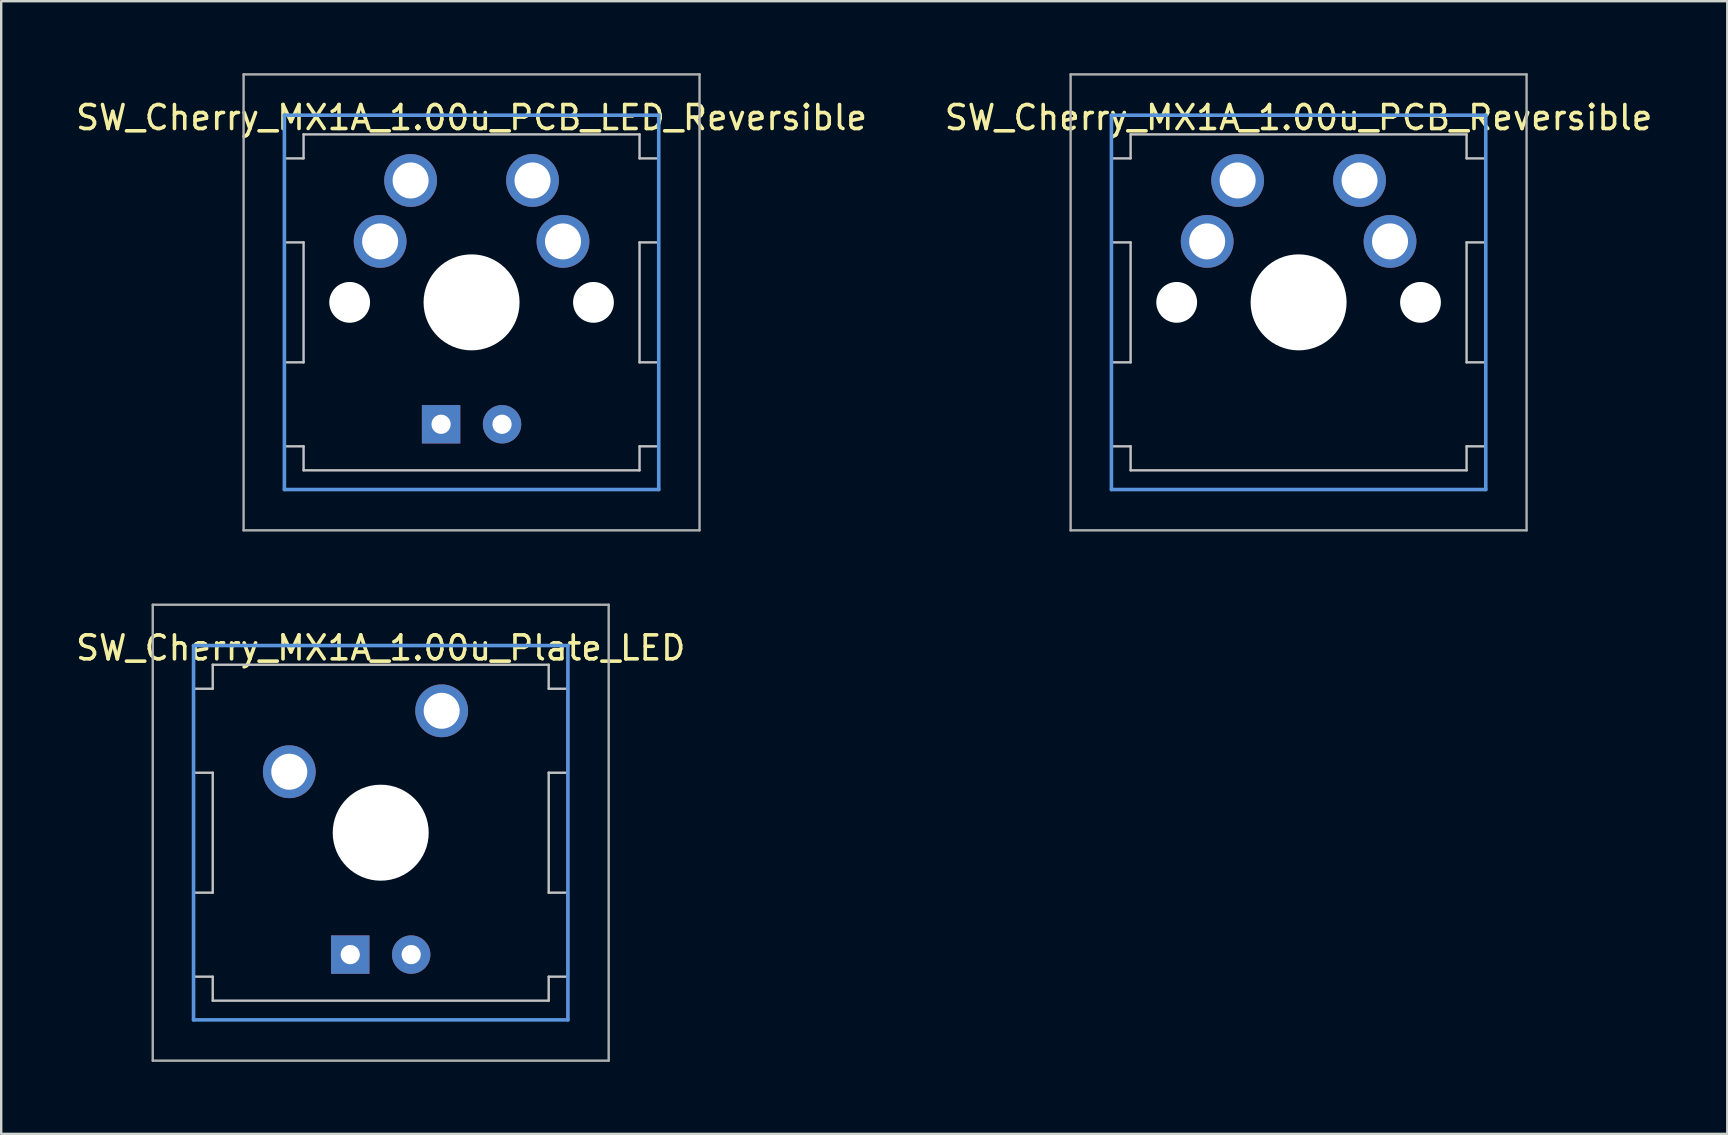
<source format=kicad_pcb>
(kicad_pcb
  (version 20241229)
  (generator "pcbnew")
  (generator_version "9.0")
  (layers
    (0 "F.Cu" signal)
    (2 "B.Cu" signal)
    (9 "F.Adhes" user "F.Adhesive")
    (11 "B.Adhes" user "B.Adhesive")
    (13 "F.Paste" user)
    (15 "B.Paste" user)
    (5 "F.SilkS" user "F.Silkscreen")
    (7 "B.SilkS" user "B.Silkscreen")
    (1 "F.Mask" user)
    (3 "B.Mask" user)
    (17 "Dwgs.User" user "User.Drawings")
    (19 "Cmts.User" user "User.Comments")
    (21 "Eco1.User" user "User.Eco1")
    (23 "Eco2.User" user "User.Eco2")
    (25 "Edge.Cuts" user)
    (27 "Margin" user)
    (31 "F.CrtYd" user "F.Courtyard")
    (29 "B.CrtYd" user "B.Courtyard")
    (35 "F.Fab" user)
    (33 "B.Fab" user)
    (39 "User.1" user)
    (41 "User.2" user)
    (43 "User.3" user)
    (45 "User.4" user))
  (footprint "SW_Cherry_MX1A_1.00u_PCB_LED_Reversible"
    (layer "F.Cu")
    (at 16.601 9.55)
    (property "Reference" "SW_Cherry_MX1A_1.00u_PCB_LED_Reversible" (at 0 -7.7 0) (layer "F.SilkS") (effects (font (size 1 1) (thickness 0.15))))
    (attr through_hole)
    (fp_line (start -7.8 -6) (end -7 -6) (stroke (width 0.1) (type solid)) (layer "Dwgs.User"))
    (fp_line (start -7.8 -2.5) (end -7.8 -6) (stroke (width 0.1) (type solid)) (layer "Dwgs.User"))
    (fp_line (start -7.8 -2.5) (end -7 -2.5) (stroke (width 0.1) (type solid)) (layer "Dwgs.User"))
    (fp_line (start -7.8 2.5) (end -7 2.5) (stroke (width 0.1) (type solid)) (layer "Dwgs.User"))
    (fp_line (start -7.8 6) (end -7.8 2.5) (stroke (width 0.1) (type solid)) (layer "Dwgs.User"))
    (fp_line (start -7.8 6) (end -7 6) (stroke (width 0.1) (type solid)) (layer "Dwgs.User"))
    (fp_line (start -7 -7) (end 7 -7) (stroke (width 0.1) (type solid)) (layer "Dwgs.User"))
    (fp_line (start -7 -6) (end -7 -7) (stroke (width 0.1) (type solid)) (layer "Dwgs.User"))
    (fp_line (start -7 -2.5) (end -7 2.5) (stroke (width 0.1) (type solid)) (layer "Dwgs.User"))
    (fp_line (start -7 7) (end -7 6) (stroke (width 0.1) (type solid)) (layer "Dwgs.User"))
    (fp_line (start -7 7) (end 7 7) (stroke (width 0.1) (type solid)) (layer "Dwgs.User"))
    (fp_line (start 7 -6) (end 7 -7) (stroke (width 0.1) (type solid)) (layer "Dwgs.User"))
    (fp_line (start 7 -6) (end 7.8 -6) (stroke (width 0.1) (type solid)) (layer "Dwgs.User"))
    (fp_line (start 7 -2.5) (end 7 2.5) (stroke (width 0.1) (type solid)) (layer "Dwgs.User"))
    (fp_line (start 7 -2.5) (end 7.8 -2.5) (stroke (width 0.1) (type solid)) (layer "Dwgs.User"))
    (fp_line (start 7 2.5) (end 7.8 2.5) (stroke (width 0.1) (type solid)) (layer "Dwgs.User"))
    (fp_line (start 7 6) (end 7.8 6) (stroke (width 0.1) (type solid)) (layer "Dwgs.User"))
    (fp_line (start 7 7) (end 7 6) (stroke (width 0.1) (type solid)) (layer "Dwgs.User"))
    (fp_line (start 7.8 -2.5) (end 7.8 -6) (stroke (width 0.1) (type solid)) (layer "Dwgs.User"))
    (fp_line (start 7.8 6) (end 7.8 2.5) (stroke (width 0.1) (type solid)) (layer "Dwgs.User"))
    (fp_line (start -7.8 -7.8) (end 7.8 -7.8) (stroke (width 0.15) (type solid)) (layer "Cmts.User"))
    (fp_line (start -7.8 7.8) (end -7.8 -7.8) (stroke (width 0.15) (type solid)) (layer "Cmts.User"))
    (fp_line (start 7.8 -7.8) (end 7.8 7.8) (stroke (width 0.15) (type solid)) (layer "Cmts.User"))
    (fp_line (start 7.8 7.8) (end -7.8 7.8) (stroke (width 0.15) (type solid)) (layer "Cmts.User"))
    (fp_line (start -9.5 -9.5) (end 9.5 -9.5) (stroke (width 0.1) (type solid)) (layer "F.Fab"))
    (fp_line (start -9.5 9.5) (end -9.5 -9.5) (stroke (width 0.1) (type solid)) (layer "F.Fab"))
    (fp_line (start 9.5 -9.5) (end 9.5 9.5) (stroke (width 0.1) (type solid)) (layer "F.Fab"))
    (fp_line (start 9.5 9.5) (end -9.5 9.5) (stroke (width 0.1) (type solid)) (layer "F.Fab"))
    (pad "" np_thru_hole circle (at -5.08 0) (size 1.7 1.7) (drill 1.7) (layers "*.Cu" "*.Mask"))
    (pad "" np_thru_hole circle (at 0 0) (size 4 4) (drill 4) (layers "*.Cu" "*.Mask"))
    (pad "" np_thru_hole circle (at 5.08 0) (size 1.7 1.7) (drill 1.7) (layers "*.Cu" "*.Mask"))
    (pad "1" thru_hole circle (at -3.81 -2.54) (size 2.2 2.2) (drill 1.5) (layers "*.Cu" "*.Mask"))
    (pad "1" thru_hole circle (at -2.54 -5.08) (size 2.2 2.2) (drill 1.5) (layers "*.Cu" "*.Mask"))
    (pad "2" thru_hole circle (at 2.54 -5.08) (size 2.2 2.2) (drill 1.5) (layers "*.Cu" "*.Mask"))
    (pad "2" thru_hole circle (at 3.81 -2.54) (size 2.2 2.2) (drill 1.5) (layers "*.Cu" "*.Mask"))
    (pad "3" thru_hole rect (at -1.27 5.08) (size 1.6 1.6) (drill 0.8) (layers "*.Cu" "*.Mask"))
    (pad "4" thru_hole circle (at 1.27 5.08) (size 1.6 1.6) (drill 0.8) (layers "*.Cu" "*.Mask")))
  (footprint "SW_Cherry_MX1A_1.00u_Plate_LED"
    (layer "F.Cu")
    (at 12.815 31.65)
    (property "Reference" "SW_Cherry_MX1A_1.00u_Plate_LED" (at 0 -7.7 0) (layer "F.SilkS") (effects (font (size 1 1) (thickness 0.15))))
    (attr through_hole)
    (fp_line (start -7.8 -6) (end -7 -6) (stroke (width 0.1) (type solid)) (layer "Dwgs.User"))
    (fp_line (start -7.8 -2.5) (end -7.8 -6) (stroke (width 0.1) (type solid)) (layer "Dwgs.User"))
    (fp_line (start -7.8 -2.5) (end -7 -2.5) (stroke (width 0.1) (type solid)) (layer "Dwgs.User"))
    (fp_line (start -7.8 2.5) (end -7 2.5) (stroke (width 0.1) (type solid)) (layer "Dwgs.User"))
    (fp_line (start -7.8 6) (end -7.8 2.5) (stroke (width 0.1) (type solid)) (layer "Dwgs.User"))
    (fp_line (start -7.8 6) (end -7 6) (stroke (width 0.1) (type solid)) (layer "Dwgs.User"))
    (fp_line (start -7 -7) (end 7 -7) (stroke (width 0.1) (type solid)) (layer "Dwgs.User"))
    (fp_line (start -7 -6) (end -7 -7) (stroke (width 0.1) (type solid)) (layer "Dwgs.User"))
    (fp_line (start -7 -2.5) (end -7 2.5) (stroke (width 0.1) (type solid)) (layer "Dwgs.User"))
    (fp_line (start -7 7) (end -7 6) (stroke (width 0.1) (type solid)) (layer "Dwgs.User"))
    (fp_line (start -7 7) (end 7 7) (stroke (width 0.1) (type solid)) (layer "Dwgs.User"))
    (fp_line (start 7 -6) (end 7 -7) (stroke (width 0.1) (type solid)) (layer "Dwgs.User"))
    (fp_line (start 7 -6) (end 7.8 -6) (stroke (width 0.1) (type solid)) (layer "Dwgs.User"))
    (fp_line (start 7 -2.5) (end 7 2.5) (stroke (width 0.1) (type solid)) (layer "Dwgs.User"))
    (fp_line (start 7 -2.5) (end 7.8 -2.5) (stroke (width 0.1) (type solid)) (layer "Dwgs.User"))
    (fp_line (start 7 2.5) (end 7.8 2.5) (stroke (width 0.1) (type solid)) (layer "Dwgs.User"))
    (fp_line (start 7 6) (end 7.8 6) (stroke (width 0.1) (type solid)) (layer "Dwgs.User"))
    (fp_line (start 7 7) (end 7 6) (stroke (width 0.1) (type solid)) (layer "Dwgs.User"))
    (fp_line (start 7.8 -2.5) (end 7.8 -6) (stroke (width 0.1) (type solid)) (layer "Dwgs.User"))
    (fp_line (start 7.8 6) (end 7.8 2.5) (stroke (width 0.1) (type solid)) (layer "Dwgs.User"))
    (fp_line (start -7.8 -7.8) (end 7.8 -7.8) (stroke (width 0.15) (type solid)) (layer "Cmts.User"))
    (fp_line (start -7.8 7.8) (end -7.8 -7.8) (stroke (width 0.15) (type solid)) (layer "Cmts.User"))
    (fp_line (start 7.8 -7.8) (end 7.8 7.8) (stroke (width 0.15) (type solid)) (layer "Cmts.User"))
    (fp_line (start 7.8 7.8) (end -7.8 7.8) (stroke (width 0.15) (type solid)) (layer "Cmts.User"))
    (fp_line (start -9.5 -9.5) (end 9.5 -9.5) (stroke (width 0.1) (type solid)) (layer "F.Fab"))
    (fp_line (start -9.5 9.5) (end -9.5 -9.5) (stroke (width 0.1) (type solid)) (layer "F.Fab"))
    (fp_line (start 9.5 -9.5) (end 9.5 9.5) (stroke (width 0.1) (type solid)) (layer "F.Fab"))
    (fp_line (start 9.5 9.5) (end -9.5 9.5) (stroke (width 0.1) (type solid)) (layer "F.Fab"))
    (pad "" np_thru_hole circle (at 0 0) (size 4 4) (drill 4) (layers "*.Cu" "*.Mask"))
    (pad "1" thru_hole circle (at -3.81 -2.54) (size 2.2 2.2) (drill 1.5) (layers "*.Cu" "*.Mask"))
    (pad "2" thru_hole circle (at 2.54 -5.08) (size 2.2 2.2) (drill 1.5) (layers "*.Cu" "*.Mask"))
    (pad "3" thru_hole rect (at -1.27 5.08) (size 1.6 1.6) (drill 0.8) (layers "*.Cu" "*.Mask"))
    (pad "4" thru_hole circle (at 1.27 5.08) (size 1.6 1.6) (drill 0.8) (layers "*.Cu" "*.Mask")))
  (footprint "SW_Cherry_MX1A_1.00u_PCB_Reversible"
    (layer "F.Cu")
    (at 51.065 9.55)
    (property "Reference" "SW_Cherry_MX1A_1.00u_PCB_Reversible" (at 0 -7.7 0) (layer "F.SilkS") (effects (font (size 1 1) (thickness 0.15))))
    (attr through_hole)
    (fp_line (start -7.8 -6) (end -7 -6) (stroke (width 0.1) (type solid)) (layer "Dwgs.User"))
    (fp_line (start -7.8 -2.5) (end -7.8 -6) (stroke (width 0.1) (type solid)) (layer "Dwgs.User"))
    (fp_line (start -7.8 -2.5) (end -7 -2.5) (stroke (width 0.1) (type solid)) (layer "Dwgs.User"))
    (fp_line (start -7.8 2.5) (end -7 2.5) (stroke (width 0.1) (type solid)) (layer "Dwgs.User"))
    (fp_line (start -7.8 6) (end -7.8 2.5) (stroke (width 0.1) (type solid)) (layer "Dwgs.User"))
    (fp_line (start -7.8 6) (end -7 6) (stroke (width 0.1) (type solid)) (layer "Dwgs.User"))
    (fp_line (start -7 -7) (end 7 -7) (stroke (width 0.1) (type solid)) (layer "Dwgs.User"))
    (fp_line (start -7 -6) (end -7 -7) (stroke (width 0.1) (type solid)) (layer "Dwgs.User"))
    (fp_line (start -7 -2.5) (end -7 2.5) (stroke (width 0.1) (type solid)) (layer "Dwgs.User"))
    (fp_line (start -7 7) (end -7 6) (stroke (width 0.1) (type solid)) (layer "Dwgs.User"))
    (fp_line (start -7 7) (end 7 7) (stroke (width 0.1) (type solid)) (layer "Dwgs.User"))
    (fp_line (start 7 -6) (end 7 -7) (stroke (width 0.1) (type solid)) (layer "Dwgs.User"))
    (fp_line (start 7 -6) (end 7.8 -6) (stroke (width 0.1) (type solid)) (layer "Dwgs.User"))
    (fp_line (start 7 -2.5) (end 7 2.5) (stroke (width 0.1) (type solid)) (layer "Dwgs.User"))
    (fp_line (start 7 -2.5) (end 7.8 -2.5) (stroke (width 0.1) (type solid)) (layer "Dwgs.User"))
    (fp_line (start 7 2.5) (end 7.8 2.5) (stroke (width 0.1) (type solid)) (layer "Dwgs.User"))
    (fp_line (start 7 6) (end 7.8 6) (stroke (width 0.1) (type solid)) (layer "Dwgs.User"))
    (fp_line (start 7 7) (end 7 6) (stroke (width 0.1) (type solid)) (layer "Dwgs.User"))
    (fp_line (start 7.8 -2.5) (end 7.8 -6) (stroke (width 0.1) (type solid)) (layer "Dwgs.User"))
    (fp_line (start 7.8 6) (end 7.8 2.5) (stroke (width 0.1) (type solid)) (layer "Dwgs.User"))
    (fp_line (start -7.8 -7.8) (end 7.8 -7.8) (stroke (width 0.15) (type solid)) (layer "Cmts.User"))
    (fp_line (start -7.8 7.8) (end -7.8 -7.8) (stroke (width 0.15) (type solid)) (layer "Cmts.User"))
    (fp_line (start 7.8 -7.8) (end 7.8 7.8) (stroke (width 0.15) (type solid)) (layer "Cmts.User"))
    (fp_line (start 7.8 7.8) (end -7.8 7.8) (stroke (width 0.15) (type solid)) (layer "Cmts.User"))
    (fp_line (start -9.5 -9.5) (end 9.5 -9.5) (stroke (width 0.1) (type solid)) (layer "F.Fab"))
    (fp_line (start -9.5 9.5) (end -9.5 -9.5) (stroke (width 0.1) (type solid)) (layer "F.Fab"))
    (fp_line (start 9.5 -9.5) (end 9.5 9.5) (stroke (width 0.1) (type solid)) (layer "F.Fab"))
    (fp_line (start 9.5 9.5) (end -9.5 9.5) (stroke (width 0.1) (type solid)) (layer "F.Fab"))
    (pad "" np_thru_hole circle (at -5.08 0) (size 1.7 1.7) (drill 1.7) (layers "*.Cu" "*.Mask"))
    (pad "" np_thru_hole circle (at 0 0) (size 4 4) (drill 4) (layers "*.Cu" "*.Mask"))
    (pad "" np_thru_hole circle (at 5.08 0) (size 1.7 1.7) (drill 1.7) (layers "*.Cu" "*.Mask"))
    (pad "1" thru_hole circle (at -3.81 -2.54) (size 2.2 2.2) (drill 1.5) (layers "*.Cu" "*.Mask"))
    (pad "1" thru_hole circle (at -2.54 -5.08) (size 2.2 2.2) (drill 1.5) (layers "*.Cu" "*.Mask"))
    (pad "2" thru_hole circle (at 2.54 -5.08) (size 2.2 2.2) (drill 1.5) (layers "*.Cu" "*.Mask"))
    (pad "2" thru_hole circle (at 3.81 -2.54) (size 2.2 2.2) (drill 1.5) (layers "*.Cu" "*.Mask")))
  (gr_rect
    (start -3 -3)
    (end 68.929 44.2)
    (stroke (width 0.1) (type default))
    (fill no)
    (layer "Edge.Cuts")))
</source>
